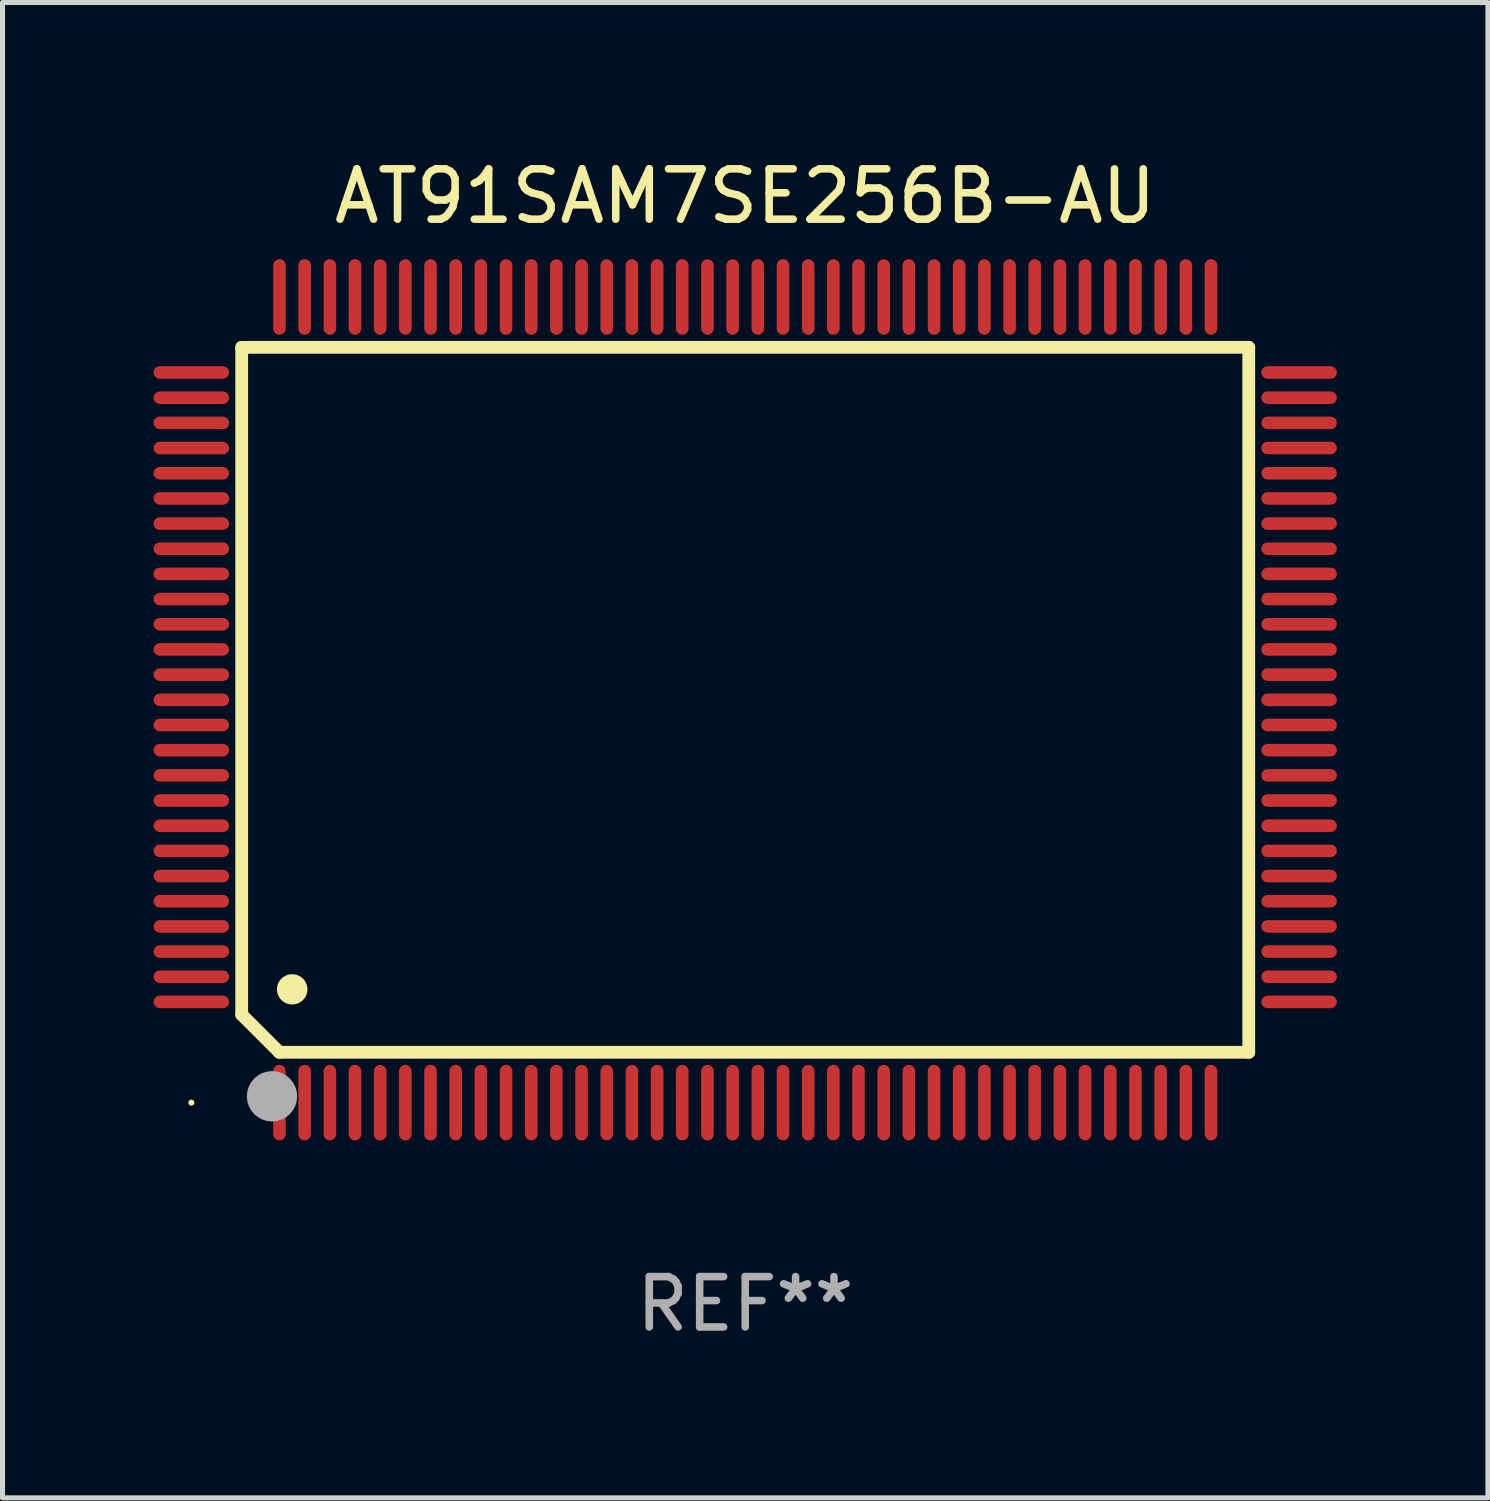
<source format=kicad_pcb>
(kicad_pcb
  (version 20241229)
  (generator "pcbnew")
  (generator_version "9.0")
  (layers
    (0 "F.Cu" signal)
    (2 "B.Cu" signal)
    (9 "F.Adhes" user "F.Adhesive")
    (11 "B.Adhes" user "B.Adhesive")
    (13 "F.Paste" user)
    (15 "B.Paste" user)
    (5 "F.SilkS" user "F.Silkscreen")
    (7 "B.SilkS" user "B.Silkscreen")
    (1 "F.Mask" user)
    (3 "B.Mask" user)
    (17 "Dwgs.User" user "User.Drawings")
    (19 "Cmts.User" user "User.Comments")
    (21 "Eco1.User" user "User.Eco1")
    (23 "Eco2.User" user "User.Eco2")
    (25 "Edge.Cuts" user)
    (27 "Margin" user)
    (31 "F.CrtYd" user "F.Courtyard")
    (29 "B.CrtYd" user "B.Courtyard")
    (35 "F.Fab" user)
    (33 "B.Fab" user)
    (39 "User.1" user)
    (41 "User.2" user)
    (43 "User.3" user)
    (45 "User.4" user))
  (footprint "AT91SAM7SE256B-AU"
    (layer "F.Cu")
    (at 11.75 10.848)
    (property "Reference" "AT91SAM7SE256B-AU" (at 0 -10 0) (layer "F.SilkS") (effects (font (size 1 1) (thickness 0.15))))
    (attr through_hole)
    (fp_line (start -10 -7) (end -10 6.25) (stroke (width 0.254) (type solid)) (layer "F.SilkS"))
    (fp_line (start -10 -7) (end 10 -7) (stroke (width 0.254) (type solid)) (layer "F.SilkS"))
    (fp_line (start -9.252 7) (end -10 6.252) (stroke (width 0.254) (type solid)) (layer "F.SilkS"))
    (fp_line (start 10 -7) (end 10 7) (stroke (width 0.254) (type solid)) (layer "F.SilkS"))
    (fp_line (start 10 7) (end -9.252 7) (stroke (width 0.254) (type solid)) (layer "F.SilkS"))
    (fp_arc (start -9.000025 5.750013) (mid -8.997485 5.750002) (end -8.994945 5.750013) (stroke (width 0.6) (type solid)) (layer "F.SilkS"))
    (fp_circle (center -11 8) (end -10.97 8) (stroke (width 0.06) (type solid)) (fill no) (layer "F.SilkS"))
    (fp_circle (center -9.398 7.874) (end -9.148 7.874) (stroke (width 0.5) (type solid)) (fill no) (layer "F.Fab"))
    (fp_text user "REF**" (at 0 12 0) (layer "F.Fab") (effects (font (size 1 1) (thickness 0.15))))
    (pad "1" smd oval (at -9.25 8) (size 0.25 1.5) (layers "F.Cu" "F.Mask" "F.Paste"))
    (pad "2" smd oval (at -8.75 8) (size 0.25 1.5) (layers "F.Cu" "F.Mask" "F.Paste"))
    (pad "3" smd oval (at -8.25 8) (size 0.25 1.5) (layers "F.Cu" "F.Mask" "F.Paste"))
    (pad "4" smd oval (at -7.75 8) (size 0.25 1.5) (layers "F.Cu" "F.Mask" "F.Paste"))
    (pad "5" smd oval (at -7.25 8) (size 0.25 1.5) (layers "F.Cu" "F.Mask" "F.Paste"))
    (pad "6" smd oval (at -6.75 8) (size 0.25 1.5) (layers "F.Cu" "F.Mask" "F.Paste"))
    (pad "7" smd oval (at -6.25 8) (size 0.25 1.5) (layers "F.Cu" "F.Mask" "F.Paste"))
    (pad "8" smd oval (at -5.75 8) (size 0.25 1.5) (layers "F.Cu" "F.Mask" "F.Paste"))
    (pad "9" smd oval (at -5.25 8) (size 0.25 1.5) (layers "F.Cu" "F.Mask" "F.Paste"))
    (pad "10" smd oval (at -4.75 8) (size 0.25 1.5) (layers "F.Cu" "F.Mask" "F.Paste"))
    (pad "11" smd oval (at -4.25 8) (size 0.25 1.5) (layers "F.Cu" "F.Mask" "F.Paste"))
    (pad "12" smd oval (at -3.75 8) (size 0.25 1.5) (layers "F.Cu" "F.Mask" "F.Paste"))
    (pad "13" smd oval (at -3.25 8) (size 0.25 1.5) (layers "F.Cu" "F.Mask" "F.Paste"))
    (pad "14" smd oval (at -2.75 8) (size 0.25 1.5) (layers "F.Cu" "F.Mask" "F.Paste"))
    (pad "15" smd oval (at -2.25 8) (size 0.25 1.5) (layers "F.Cu" "F.Mask" "F.Paste"))
    (pad "16" smd oval (at -1.75 8) (size 0.25 1.5) (layers "F.Cu" "F.Mask" "F.Paste"))
    (pad "17" smd oval (at -1.25 8) (size 0.25 1.5) (layers "F.Cu" "F.Mask" "F.Paste"))
    (pad "18" smd oval (at -0.75 8) (size 0.25 1.5) (layers "F.Cu" "F.Mask" "F.Paste"))
    (pad "19" smd oval (at -0.25 8) (size 0.25 1.5) (layers "F.Cu" "F.Mask" "F.Paste"))
    (pad "20" smd oval (at 0.25 8) (size 0.25 1.5) (layers "F.Cu" "F.Mask" "F.Paste"))
    (pad "21" smd oval (at 0.75 8) (size 0.25 1.5) (layers "F.Cu" "F.Mask" "F.Paste"))
    (pad "22" smd oval (at 1.25 8) (size 0.25 1.5) (layers "F.Cu" "F.Mask" "F.Paste"))
    (pad "23" smd oval (at 1.75 8) (size 0.25 1.5) (layers "F.Cu" "F.Mask" "F.Paste"))
    (pad "24" smd oval (at 2.25 8) (size 0.25 1.5) (layers "F.Cu" "F.Mask" "F.Paste"))
    (pad "25" smd oval (at 2.75 8) (size 0.25 1.5) (layers "F.Cu" "F.Mask" "F.Paste"))
    (pad "26" smd oval (at 3.25 8) (size 0.25 1.5) (layers "F.Cu" "F.Mask" "F.Paste"))
    (pad "27" smd oval (at 3.75 8) (size 0.25 1.5) (layers "F.Cu" "F.Mask" "F.Paste"))
    (pad "28" smd oval (at 4.25 8) (size 0.25 1.5) (layers "F.Cu" "F.Mask" "F.Paste"))
    (pad "29" smd oval (at 4.75 8) (size 0.25 1.5) (layers "F.Cu" "F.Mask" "F.Paste"))
    (pad "30" smd oval (at 5.25 8) (size 0.25 1.5) (layers "F.Cu" "F.Mask" "F.Paste"))
    (pad "31" smd oval (at 5.75 8) (size 0.25 1.5) (layers "F.Cu" "F.Mask" "F.Paste"))
    (pad "32" smd oval (at 6.25 8) (size 0.25 1.5) (layers "F.Cu" "F.Mask" "F.Paste"))
    (pad "33" smd oval (at 6.75 8 180) (size 0.25 1.5) (layers "F.Cu" "F.Mask" "F.Paste"))
    (pad "34" smd oval (at 7.25 8 180) (size 0.25 1.5) (layers "F.Cu" "F.Mask" "F.Paste"))
    (pad "35" smd oval (at 7.75 8 180) (size 0.25 1.5) (layers "F.Cu" "F.Mask" "F.Paste"))
    (pad "36" smd oval (at 8.25 8 180) (size 0.25 1.5) (layers "F.Cu" "F.Mask" "F.Paste"))
    (pad "37" smd oval (at 8.75 8 180) (size 0.25 1.5) (layers "F.Cu" "F.Mask" "F.Paste"))
    (pad "38" smd oval (at 9.25 8 180) (size 0.25 1.5) (layers "F.Cu" "F.Mask" "F.Paste"))
    (pad "39" smd oval (at 11 6 270) (size 0.25 1.5) (layers "F.Cu" "F.Mask" "F.Paste"))
    (pad "40" smd oval (at 11 5.5 270) (size 0.25 1.5) (layers "F.Cu" "F.Mask" "F.Paste"))
    (pad "41" smd oval (at 11 5 270) (size 0.25 1.5) (layers "F.Cu" "F.Mask" "F.Paste"))
    (pad "42" smd oval (at 11 4.5 270) (size 0.25 1.5) (layers "F.Cu" "F.Mask" "F.Paste"))
    (pad "43" smd oval (at 11 4 270) (size 0.25 1.5) (layers "F.Cu" "F.Mask" "F.Paste"))
    (pad "44" smd oval (at 11 3.5 270) (size 0.25 1.5) (layers "F.Cu" "F.Mask" "F.Paste"))
    (pad "45" smd oval (at 11 3 270) (size 0.25 1.5) (layers "F.Cu" "F.Mask" "F.Paste"))
    (pad "46" smd oval (at 11 2.5 270) (size 0.25 1.5) (layers "F.Cu" "F.Mask" "F.Paste"))
    (pad "47" smd oval (at 11 2 270) (size 0.25 1.5) (layers "F.Cu" "F.Mask" "F.Paste"))
    (pad "48" smd oval (at 11 1.5 270) (size 0.25 1.5) (layers "F.Cu" "F.Mask" "F.Paste"))
    (pad "49" smd oval (at 11 1 270) (size 0.25 1.5) (layers "F.Cu" "F.Mask" "F.Paste"))
    (pad "50" smd oval (at 11 0.5 270) (size 0.25 1.5) (layers "F.Cu" "F.Mask" "F.Paste"))
    (pad "51" smd oval (at 11 0 270) (size 0.25 1.5) (layers "F.Cu" "F.Mask" "F.Paste"))
    (pad "52" smd oval (at 11 -0.5 270) (size 0.25 1.5) (layers "F.Cu" "F.Mask" "F.Paste"))
    (pad "53" smd oval (at 11 -1 270) (size 0.25 1.5) (layers "F.Cu" "F.Mask" "F.Paste"))
    (pad "54" smd oval (at 11 -1.5 270) (size 0.25 1.5) (layers "F.Cu" "F.Mask" "F.Paste"))
    (pad "55" smd oval (at 11 -2 270) (size 0.25 1.5) (layers "F.Cu" "F.Mask" "F.Paste"))
    (pad "56" smd oval (at 11 -2.5 270) (size 0.25 1.5) (layers "F.Cu" "F.Mask" "F.Paste"))
    (pad "57" smd oval (at 11 -3 270) (size 0.25 1.5) (layers "F.Cu" "F.Mask" "F.Paste"))
    (pad "58" smd oval (at 11 -3.5 270) (size 0.25 1.5) (layers "F.Cu" "F.Mask" "F.Paste"))
    (pad "59" smd oval (at 11 -4 270) (size 0.25 1.5) (layers "F.Cu" "F.Mask" "F.Paste"))
    (pad "60" smd oval (at 11 -4.5 270) (size 0.25 1.5) (layers "F.Cu" "F.Mask" "F.Paste"))
    (pad "61" smd oval (at 11 -5 270) (size 0.25 1.5) (layers "F.Cu" "F.Mask" "F.Paste"))
    (pad "62" smd oval (at 11 -5.5 270) (size 0.25 1.5) (layers "F.Cu" "F.Mask" "F.Paste"))
    (pad "63" smd oval (at 11 -6 270) (size 0.25 1.5) (layers "F.Cu" "F.Mask" "F.Paste"))
    (pad "64" smd oval (at 11 -6.5 270) (size 0.25 1.5) (layers "F.Cu" "F.Mask" "F.Paste"))
    (pad "65" smd oval (at 9.25 -8 180) (size 0.25 1.5) (layers "F.Cu" "F.Mask" "F.Paste"))
    (pad "66" smd oval (at 8.75 -8 180) (size 0.25 1.5) (layers "F.Cu" "F.Mask" "F.Paste"))
    (pad "67" smd oval (at 8.25 -8 180) (size 0.25 1.5) (layers "F.Cu" "F.Mask" "F.Paste"))
    (pad "68" smd oval (at 7.75 -8 180) (size 0.25 1.5) (layers "F.Cu" "F.Mask" "F.Paste"))
    (pad "69" smd oval (at 7.25 -8 180) (size 0.25 1.5) (layers "F.Cu" "F.Mask" "F.Paste"))
    (pad "70" smd oval (at 6.75 -8 180) (size 0.25 1.5) (layers "F.Cu" "F.Mask" "F.Paste"))
    (pad "71" smd oval (at 6.25 -8 180) (size 0.25 1.5) (layers "F.Cu" "F.Mask" "F.Paste"))
    (pad "72" smd oval (at 5.75 -8 180) (size 0.25 1.5) (layers "F.Cu" "F.Mask" "F.Paste"))
    (pad "73" smd oval (at 5.25 -8 180) (size 0.25 1.5) (layers "F.Cu" "F.Mask" "F.Paste"))
    (pad "74" smd oval (at 4.75 -8 180) (size 0.25 1.5) (layers "F.Cu" "F.Mask" "F.Paste"))
    (pad "75" smd oval (at 4.25 -8 180) (size 0.25 1.5) (layers "F.Cu" "F.Mask" "F.Paste"))
    (pad "76" smd oval (at 3.75 -8 180) (size 0.25 1.5) (layers "F.Cu" "F.Mask" "F.Paste"))
    (pad "77" smd oval (at 3.25 -8 180) (size 0.25 1.5) (layers "F.Cu" "F.Mask" "F.Paste"))
    (pad "78" smd oval (at 2.75 -8 180) (size 0.25 1.5) (layers "F.Cu" "F.Mask" "F.Paste"))
    (pad "79" smd oval (at 2.25 -8 180) (size 0.25 1.5) (layers "F.Cu" "F.Mask" "F.Paste"))
    (pad "80" smd oval (at 1.75 -8 180) (size 0.25 1.5) (layers "F.Cu" "F.Mask" "F.Paste"))
    (pad "81" smd oval (at 1.25 -8 180) (size 0.25 1.5) (layers "F.Cu" "F.Mask" "F.Paste"))
    (pad "82" smd oval (at 0.75 -8 180) (size 0.25 1.5) (layers "F.Cu" "F.Mask" "F.Paste"))
    (pad "83" smd oval (at 0.25 -8 180) (size 0.25 1.5) (layers "F.Cu" "F.Mask" "F.Paste"))
    (pad "84" smd oval (at -0.25 -8 180) (size 0.25 1.5) (layers "F.Cu" "F.Mask" "F.Paste"))
    (pad "85" smd oval (at -0.75 -8 180) (size 0.25 1.5) (layers "F.Cu" "F.Mask" "F.Paste"))
    (pad "86" smd oval (at -1.25 -8 180) (size 0.25 1.5) (layers "F.Cu" "F.Mask" "F.Paste"))
    (pad "87" smd oval (at -1.75 -8 180) (size 0.25 1.5) (layers "F.Cu" "F.Mask" "F.Paste"))
    (pad "88" smd oval (at -2.25 -8 180) (size 0.25 1.5) (layers "F.Cu" "F.Mask" "F.Paste"))
    (pad "89" smd oval (at -2.75 -8 180) (size 0.25 1.5) (layers "F.Cu" "F.Mask" "F.Paste"))
    (pad "90" smd oval (at -3.25 -8 180) (size 0.25 1.5) (layers "F.Cu" "F.Mask" "F.Paste"))
    (pad "91" smd oval (at -3.75 -8 180) (size 0.25 1.5) (layers "F.Cu" "F.Mask" "F.Paste"))
    (pad "92" smd oval (at -4.25 -8 180) (size 0.25 1.5) (layers "F.Cu" "F.Mask" "F.Paste"))
    (pad "93" smd oval (at -4.75 -8 180) (size 0.25 1.5) (layers "F.Cu" "F.Mask" "F.Paste"))
    (pad "94" smd oval (at -5.25 -8 180) (size 0.25 1.5) (layers "F.Cu" "F.Mask" "F.Paste"))
    (pad "95" smd oval (at -5.75 -8 180) (size 0.25 1.5) (layers "F.Cu" "F.Mask" "F.Paste"))
    (pad "96" smd oval (at -6.25 -8 180) (size 0.25 1.5) (layers "F.Cu" "F.Mask" "F.Paste"))
    (pad "97" smd oval (at -6.75 -8 180) (size 0.25 1.5) (layers "F.Cu" "F.Mask" "F.Paste"))
    (pad "98" smd oval (at -7.25 -8 180) (size 0.25 1.5) (layers "F.Cu" "F.Mask" "F.Paste"))
    (pad "99" smd oval (at -7.75 -8 180) (size 0.25 1.5) (layers "F.Cu" "F.Mask" "F.Paste"))
    (pad "100" smd oval (at -8.25 -8 180) (size 0.25 1.5) (layers "F.Cu" "F.Mask" "F.Paste"))
    (pad "101" smd oval (at -8.75 -8 180) (size 0.25 1.5) (layers "F.Cu" "F.Mask" "F.Paste"))
    (pad "102" smd oval (at -9.25 -8) (size 0.25 1.5) (layers "F.Cu" "F.Mask" "F.Paste"))
    (pad "103" smd oval (at -11 -6.5 270) (size 0.25 1.5) (layers "F.Cu" "F.Mask" "F.Paste"))
    (pad "104" smd oval (at -11 -6 270) (size 0.25 1.5) (layers "F.Cu" "F.Mask" "F.Paste"))
    (pad "105" smd oval (at -11 -5.5 270) (size 0.25 1.5) (layers "F.Cu" "F.Mask" "F.Paste"))
    (pad "106" smd oval (at -11 -5 270) (size 0.25 1.5) (layers "F.Cu" "F.Mask" "F.Paste"))
    (pad "107" smd oval (at -11 -4.5 270) (size 0.25 1.5) (layers "F.Cu" "F.Mask" "F.Paste"))
    (pad "108" smd oval (at -11 -4 270) (size 0.25 1.5) (layers "F.Cu" "F.Mask" "F.Paste"))
    (pad "109" smd oval (at -11 -3.5 270) (size 0.25 1.5) (layers "F.Cu" "F.Mask" "F.Paste"))
    (pad "110" smd oval (at -11 -3 270) (size 0.25 1.5) (layers "F.Cu" "F.Mask" "F.Paste"))
    (pad "111" smd oval (at -11 -2.5 270) (size 0.25 1.5) (layers "F.Cu" "F.Mask" "F.Paste"))
    (pad "112" smd oval (at -11 -2 270) (size 0.25 1.5) (layers "F.Cu" "F.Mask" "F.Paste"))
    (pad "113" smd oval (at -11 -1.5 270) (size 0.25 1.5) (layers "F.Cu" "F.Mask" "F.Paste"))
    (pad "114" smd oval (at -11 -1 270) (size 0.25 1.5) (layers "F.Cu" "F.Mask" "F.Paste"))
    (pad "115" smd oval (at -11 -0.5 270) (size 0.25 1.5) (layers "F.Cu" "F.Mask" "F.Paste"))
    (pad "116" smd oval (at -11 0 270) (size 0.25 1.5) (layers "F.Cu" "F.Mask" "F.Paste"))
    (pad "117" smd oval (at -11 0.5 270) (size 0.25 1.5) (layers "F.Cu" "F.Mask" "F.Paste"))
    (pad "118" smd oval (at -11 1 270) (size 0.25 1.5) (layers "F.Cu" "F.Mask" "F.Paste"))
    (pad "119" smd oval (at -11 1.5 270) (size 0.25 1.5) (layers "F.Cu" "F.Mask" "F.Paste"))
    (pad "120" smd oval (at -11 2 270) (size 0.25 1.5) (layers "F.Cu" "F.Mask" "F.Paste"))
    (pad "121" smd oval (at -11 2.5 270) (size 0.25 1.5) (layers "F.Cu" "F.Mask" "F.Paste"))
    (pad "122" smd oval (at -11 3 270) (size 0.25 1.5) (layers "F.Cu" "F.Mask" "F.Paste"))
    (pad "123" smd oval (at -11 3.5 270) (size 0.25 1.5) (layers "F.Cu" "F.Mask" "F.Paste"))
    (pad "124" smd oval (at -11 4 270) (size 0.25 1.5) (layers "F.Cu" "F.Mask" "F.Paste"))
    (pad "125" smd oval (at -11 4.5 270) (size 0.25 1.5) (layers "F.Cu" "F.Mask" "F.Paste"))
    (pad "126" smd oval (at -11 5 270) (size 0.25 1.5) (layers "F.Cu" "F.Mask" "F.Paste"))
    (pad "127" smd oval (at -11 5.5 270) (size 0.25 1.5) (layers "F.Cu" "F.Mask" "F.Paste"))
    (pad "128" smd oval (at -11 6 270) (size 0.25 1.5) (layers "F.Cu" "F.Mask" "F.Paste")))
  (gr_rect
    (start -3 -3)
    (end 26.5 26.697)
    (stroke (width 0.1) (type default))
    (fill no)
    (layer "Edge.Cuts")))
</source>
